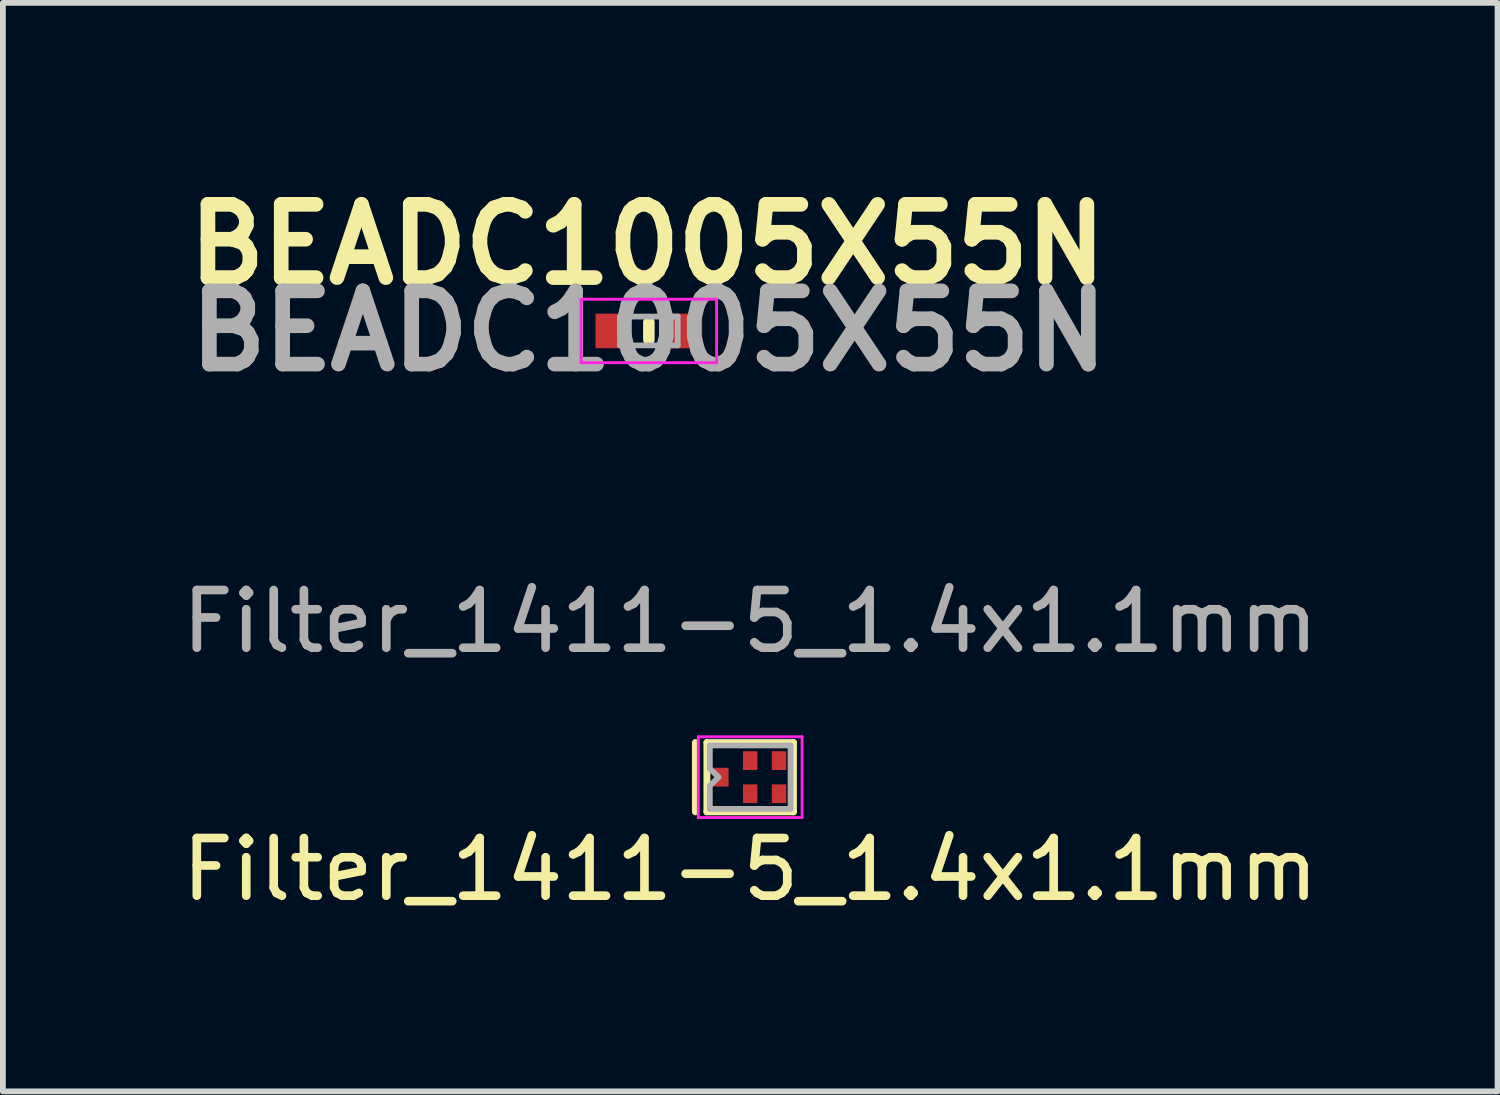
<source format=kicad_pcb>
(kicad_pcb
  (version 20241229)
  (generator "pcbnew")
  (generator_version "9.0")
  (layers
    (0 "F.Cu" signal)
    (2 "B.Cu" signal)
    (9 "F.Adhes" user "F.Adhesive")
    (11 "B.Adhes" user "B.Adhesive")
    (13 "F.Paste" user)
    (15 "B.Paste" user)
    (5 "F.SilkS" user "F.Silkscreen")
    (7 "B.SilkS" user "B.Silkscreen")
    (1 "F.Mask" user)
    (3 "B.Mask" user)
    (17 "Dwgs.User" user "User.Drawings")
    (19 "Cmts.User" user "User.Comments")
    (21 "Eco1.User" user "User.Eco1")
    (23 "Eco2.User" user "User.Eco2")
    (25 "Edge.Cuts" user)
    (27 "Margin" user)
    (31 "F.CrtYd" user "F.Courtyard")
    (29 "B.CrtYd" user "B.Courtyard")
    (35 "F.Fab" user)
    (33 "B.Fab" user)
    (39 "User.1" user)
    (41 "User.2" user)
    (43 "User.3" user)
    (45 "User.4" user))
  (footprint "Filter_1411-5_1.4x1.1mm"
    (layer "F.Cu")
    (at 9.958 10.426)
    (property "Reference" "Filter_1411-5_1.4x1.1mm" (at 0 1.6 0) (layer "F.SilkS") (effects (font (size 1 1) (thickness 0.15))))
    (attr smd)
    (fp_line (start -0.95 -0.6) (end -0.95 0.6) (stroke (width 0.12) (type solid)) (layer "F.SilkS"))
    (fp_line (start -0.75 -0.6) (end -0.75 0.6) (stroke (width 0.12) (type solid)) (layer "F.SilkS"))
    (fp_line (start -0.75 0.6) (end 0.75 0.6) (stroke (width 0.12) (type solid)) (layer "F.SilkS"))
    (fp_line (start 0.75 -0.6) (end -0.75 -0.6) (stroke (width 0.12) (type solid)) (layer "F.SilkS"))
    (fp_line (start 0.75 0.6) (end 0.75 -0.6) (stroke (width 0.12) (type solid)) (layer "F.SilkS"))
    (fp_line (start -0.9 -0.7) (end 0.9 -0.7) (stroke (width 0.05) (type solid)) (layer "F.CrtYd"))
    (fp_line (start -0.9 0.7) (end -0.9 -0.7) (stroke (width 0.05) (type solid)) (layer "F.CrtYd"))
    (fp_line (start 0.9 -0.7) (end 0.9 0.7) (stroke (width 0.05) (type solid)) (layer "F.CrtYd"))
    (fp_line (start 0.9 0.7) (end -0.9 0.7) (stroke (width 0.05) (type solid)) (layer "F.CrtYd"))
    (fp_line (start -0.7 -0.55) (end -0.7 -0.15) (stroke (width 0.1) (type solid)) (layer "F.Fab"))
    (fp_line (start -0.7 -0.55) (end 0.7 -0.55) (stroke (width 0.1) (type solid)) (layer "F.Fab"))
    (fp_line (start -0.7 -0.15) (end -0.55 0) (stroke (width 0.1) (type solid)) (layer "F.Fab"))
    (fp_line (start -0.7 0.15) (end -0.7 0.55) (stroke (width 0.1) (type solid)) (layer "F.Fab"))
    (fp_line (start -0.55 0) (end -0.7 0.15) (stroke (width 0.1) (type solid)) (layer "F.Fab"))
    (fp_line (start 0.7 -0.55) (end 0.7 0.55) (stroke (width 0.1) (type solid)) (layer "F.Fab"))
    (fp_line (start 0.7 0.55) (end -0.7 0.55) (stroke (width 0.1) (type solid)) (layer "F.Fab"))
    (fp_text user "${REFERENCE}" (at 0 -2.7 0) (layer "F.Fab") (effects (font (size 1 1) (thickness 0.15))))
    (pad "1" smd rect (at -0.5 0 90) (size 0.325 0.25) (layers "F.Cu" "F.Mask" "F.Paste"))
    (pad "2" smd rect (at 0 -0.287 90) (size 0.325 0.25) (layers "F.Cu" "F.Mask" "F.Paste"))
    (pad "3" smd rect (at 0.5 -0.287 90) (size 0.325 0.25) (layers "F.Cu" "F.Mask" "F.Paste"))
    (pad "4" smd rect (at 0.5 0.287 90) (size 0.325 0.25) (layers "F.Cu" "F.Mask" "F.Paste"))
    (pad "5" smd rect (at 0 0.287 90) (size 0.325 0.25) (layers "F.Cu" "F.Mask" "F.Paste")))
  (footprint "BEADC1005X55N"
    (layer "F.Cu")
    (at 8.201 2.689)
    (property "Reference" "BEADC1005X55N" (at -0.025 -1.5 0) (layer "F.SilkS") (effects (font (size 1.27 1.27) (thickness 0.254))))
    (attr smd)
    (fp_line (start 0 -0.15) (end 0 0.15) (stroke (width 0.2) (type solid)) (layer "F.SilkS"))
    (fp_line (start -1.175 -0.55) (end 1.175 -0.55) (stroke (width 0.05) (type solid)) (layer "F.CrtYd"))
    (fp_line (start -1.175 0.55) (end -1.175 -0.55) (stroke (width 0.05) (type solid)) (layer "F.CrtYd"))
    (fp_line (start 1.175 -0.55) (end 1.175 0.55) (stroke (width 0.05) (type solid)) (layer "F.CrtYd"))
    (fp_line (start 1.175 0.55) (end -1.175 0.55) (stroke (width 0.05) (type solid)) (layer "F.CrtYd"))
    (fp_line (start -0.5 -0.25) (end 0.5 -0.25) (stroke (width 0.1) (type solid)) (layer "F.Fab"))
    (fp_line (start -0.5 0.25) (end -0.5 -0.25) (stroke (width 0.1) (type solid)) (layer "F.Fab"))
    (fp_line (start 0.5 -0.25) (end 0.5 0.25) (stroke (width 0.1) (type solid)) (layer "F.Fab"))
    (fp_line (start 0.5 0.25) (end -0.5 0.25) (stroke (width 0.1) (type solid)) (layer "F.Fab"))
    (fp_text user "${REFERENCE}" (at 0 0 0) (layer "F.Fab") (effects (font (size 1.27 1.27) (thickness 0.254))))
    (pad "1" smd rect (at -0.65 0) (size 0.55 0.6) (layers "F.Cu" "F.Mask" "F.Paste"))
    (pad "2" smd rect (at 0.65 0) (size 0.55 0.6) (layers "F.Cu" "F.Mask" "F.Paste")))
  (gr_rect
    (start -3 -3)
    (end 22.917 15.874)
    (stroke (width 0.1) (type default))
    (fill no)
    (layer "Edge.Cuts")))
</source>
